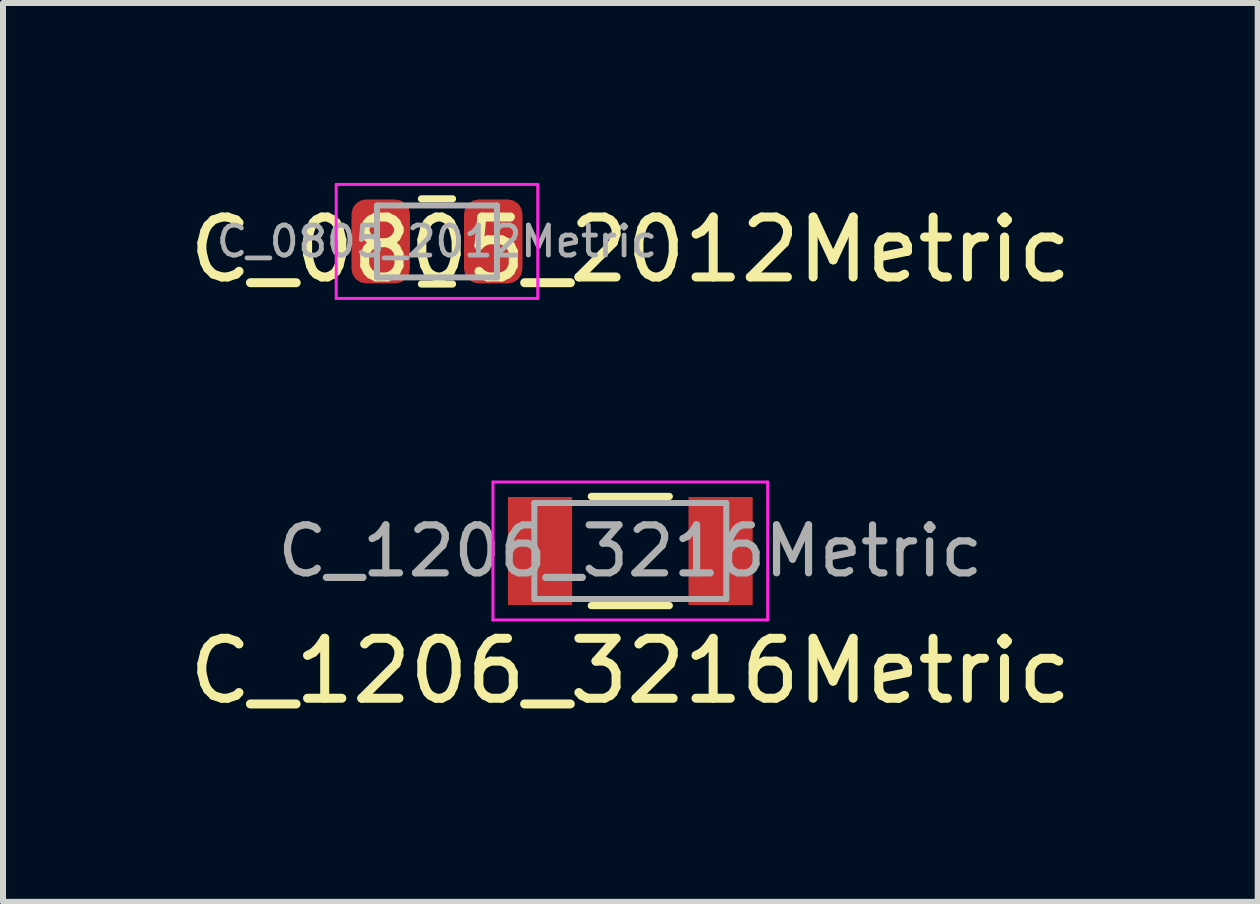
<source format=kicad_pcb>
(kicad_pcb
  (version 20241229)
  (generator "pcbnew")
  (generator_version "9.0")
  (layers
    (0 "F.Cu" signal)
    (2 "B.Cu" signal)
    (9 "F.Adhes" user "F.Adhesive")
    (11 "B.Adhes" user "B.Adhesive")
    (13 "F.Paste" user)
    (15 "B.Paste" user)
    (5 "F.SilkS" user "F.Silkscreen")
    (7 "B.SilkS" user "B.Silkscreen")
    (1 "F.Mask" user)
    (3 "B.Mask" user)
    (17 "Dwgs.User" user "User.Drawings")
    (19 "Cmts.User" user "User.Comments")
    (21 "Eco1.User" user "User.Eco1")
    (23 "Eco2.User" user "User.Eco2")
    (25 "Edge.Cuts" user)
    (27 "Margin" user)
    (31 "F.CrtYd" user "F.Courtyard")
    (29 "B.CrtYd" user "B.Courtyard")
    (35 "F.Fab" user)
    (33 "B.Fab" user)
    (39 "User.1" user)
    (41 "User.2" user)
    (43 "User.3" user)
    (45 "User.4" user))
  (footprint "C_0805_2012Metric"
    (layer "F.Cu")
    (at 4.235 0.975)
    (property "Reference" "C_0805_2012Metric" (at 3.224 0.138 0) (layer "F.SilkS") (effects (font (size 1 1) (thickness 0.15))))
    (attr smd)
    (fp_line (start -0.259 -0.71) (end 0.259 -0.71) (stroke (width 0.12) (type solid)) (layer "F.SilkS"))
    (fp_line (start -0.259 0.71) (end 0.259 0.71) (stroke (width 0.12) (type solid)) (layer "F.SilkS"))
    (fp_line (start -1.68 -0.95) (end 1.68 -0.95) (stroke (width 0.05) (type solid)) (layer "F.CrtYd"))
    (fp_line (start -1.68 0.95) (end -1.68 -0.95) (stroke (width 0.05) (type solid)) (layer "F.CrtYd"))
    (fp_line (start 1.68 -0.95) (end 1.68 0.95) (stroke (width 0.05) (type solid)) (layer "F.CrtYd"))
    (fp_line (start 1.68 0.95) (end -1.68 0.95) (stroke (width 0.05) (type solid)) (layer "F.CrtYd"))
    (fp_line (start -1 -0.6) (end 1 -0.6) (stroke (width 0.1) (type solid)) (layer "F.Fab"))
    (fp_line (start -1 0.6) (end -1 -0.6) (stroke (width 0.1) (type solid)) (layer "F.Fab"))
    (fp_line (start 1 -0.6) (end 1 0.6) (stroke (width 0.1) (type solid)) (layer "F.Fab"))
    (fp_line (start 1 0.6) (end -1 0.6) (stroke (width 0.1) (type solid)) (layer "F.Fab"))
    (fp_text user "${REFERENCE}" (at 0 0 0) (layer "F.Fab") (effects (font (size 0.5 0.5) (thickness 0.08))))
    (pad "1" smd roundrect (at -0.938 0) (size 0.975 1.4) (layers "F.Cu" "F.Mask" "F.Paste") (roundrect_rratio 0.25))
    (pad "2" smd roundrect (at 0.938 0) (size 0.975 1.4) (layers "F.Cu" "F.Mask" "F.Paste") (roundrect_rratio 0.25)))
  (footprint "C_1206_3216Metric"
    (layer "F.Cu")
    (at 7.458 6.136)
    (property "Reference" "C_1206_3216Metric" (at 0 2 0) (layer "F.SilkS") (effects (font (size 1 1) (thickness 0.15))))
    (attr smd)
    (fp_line (start -0.65 -0.91) (end 0.65 -0.91) (stroke (width 0.12) (type solid)) (layer "F.SilkS"))
    (fp_line (start -0.65 0.91) (end 0.65 0.91) (stroke (width 0.12) (type solid)) (layer "F.SilkS"))
    (fp_line (start -2.29 -1.15) (end 2.29 -1.15) (stroke (width 0.05) (type solid)) (layer "F.CrtYd"))
    (fp_line (start -2.29 1.15) (end -2.29 -1.15) (stroke (width 0.05) (type solid)) (layer "F.CrtYd"))
    (fp_line (start 2.29 -1.15) (end 2.29 1.15) (stroke (width 0.05) (type solid)) (layer "F.CrtYd"))
    (fp_line (start 2.29 1.15) (end -2.29 1.15) (stroke (width 0.05) (type solid)) (layer "F.CrtYd"))
    (fp_line (start -1.6 -0.8) (end 1.6 -0.8) (stroke (width 0.1) (type solid)) (layer "F.Fab"))
    (fp_line (start -1.6 0.8) (end -1.6 -0.8) (stroke (width 0.1) (type solid)) (layer "F.Fab"))
    (fp_line (start 1.6 -0.8) (end 1.6 0.8) (stroke (width 0.1) (type solid)) (layer "F.Fab"))
    (fp_line (start 1.6 0.8) (end -1.6 0.8) (stroke (width 0.1) (type solid)) (layer "F.Fab"))
    (fp_text user "${REFERENCE}" (at 0 0 0) (layer "F.Fab") (effects (font (size 0.8 0.8) (thickness 0.12))))
    (pad "1" smd rect (at -1.505 0) (size 1.07 1.8) (layers "F.Cu" "F.Mask" "F.Paste"))
    (pad "2" smd rect (at 1.505 0) (size 1.07 1.8) (layers "F.Cu" "F.Mask" "F.Paste")))
  (gr_rect
    (start -3 -3)
    (end 17.917 11.985)
    (stroke (width 0.1) (type default))
    (fill no)
    (layer "Edge.Cuts")))
</source>
